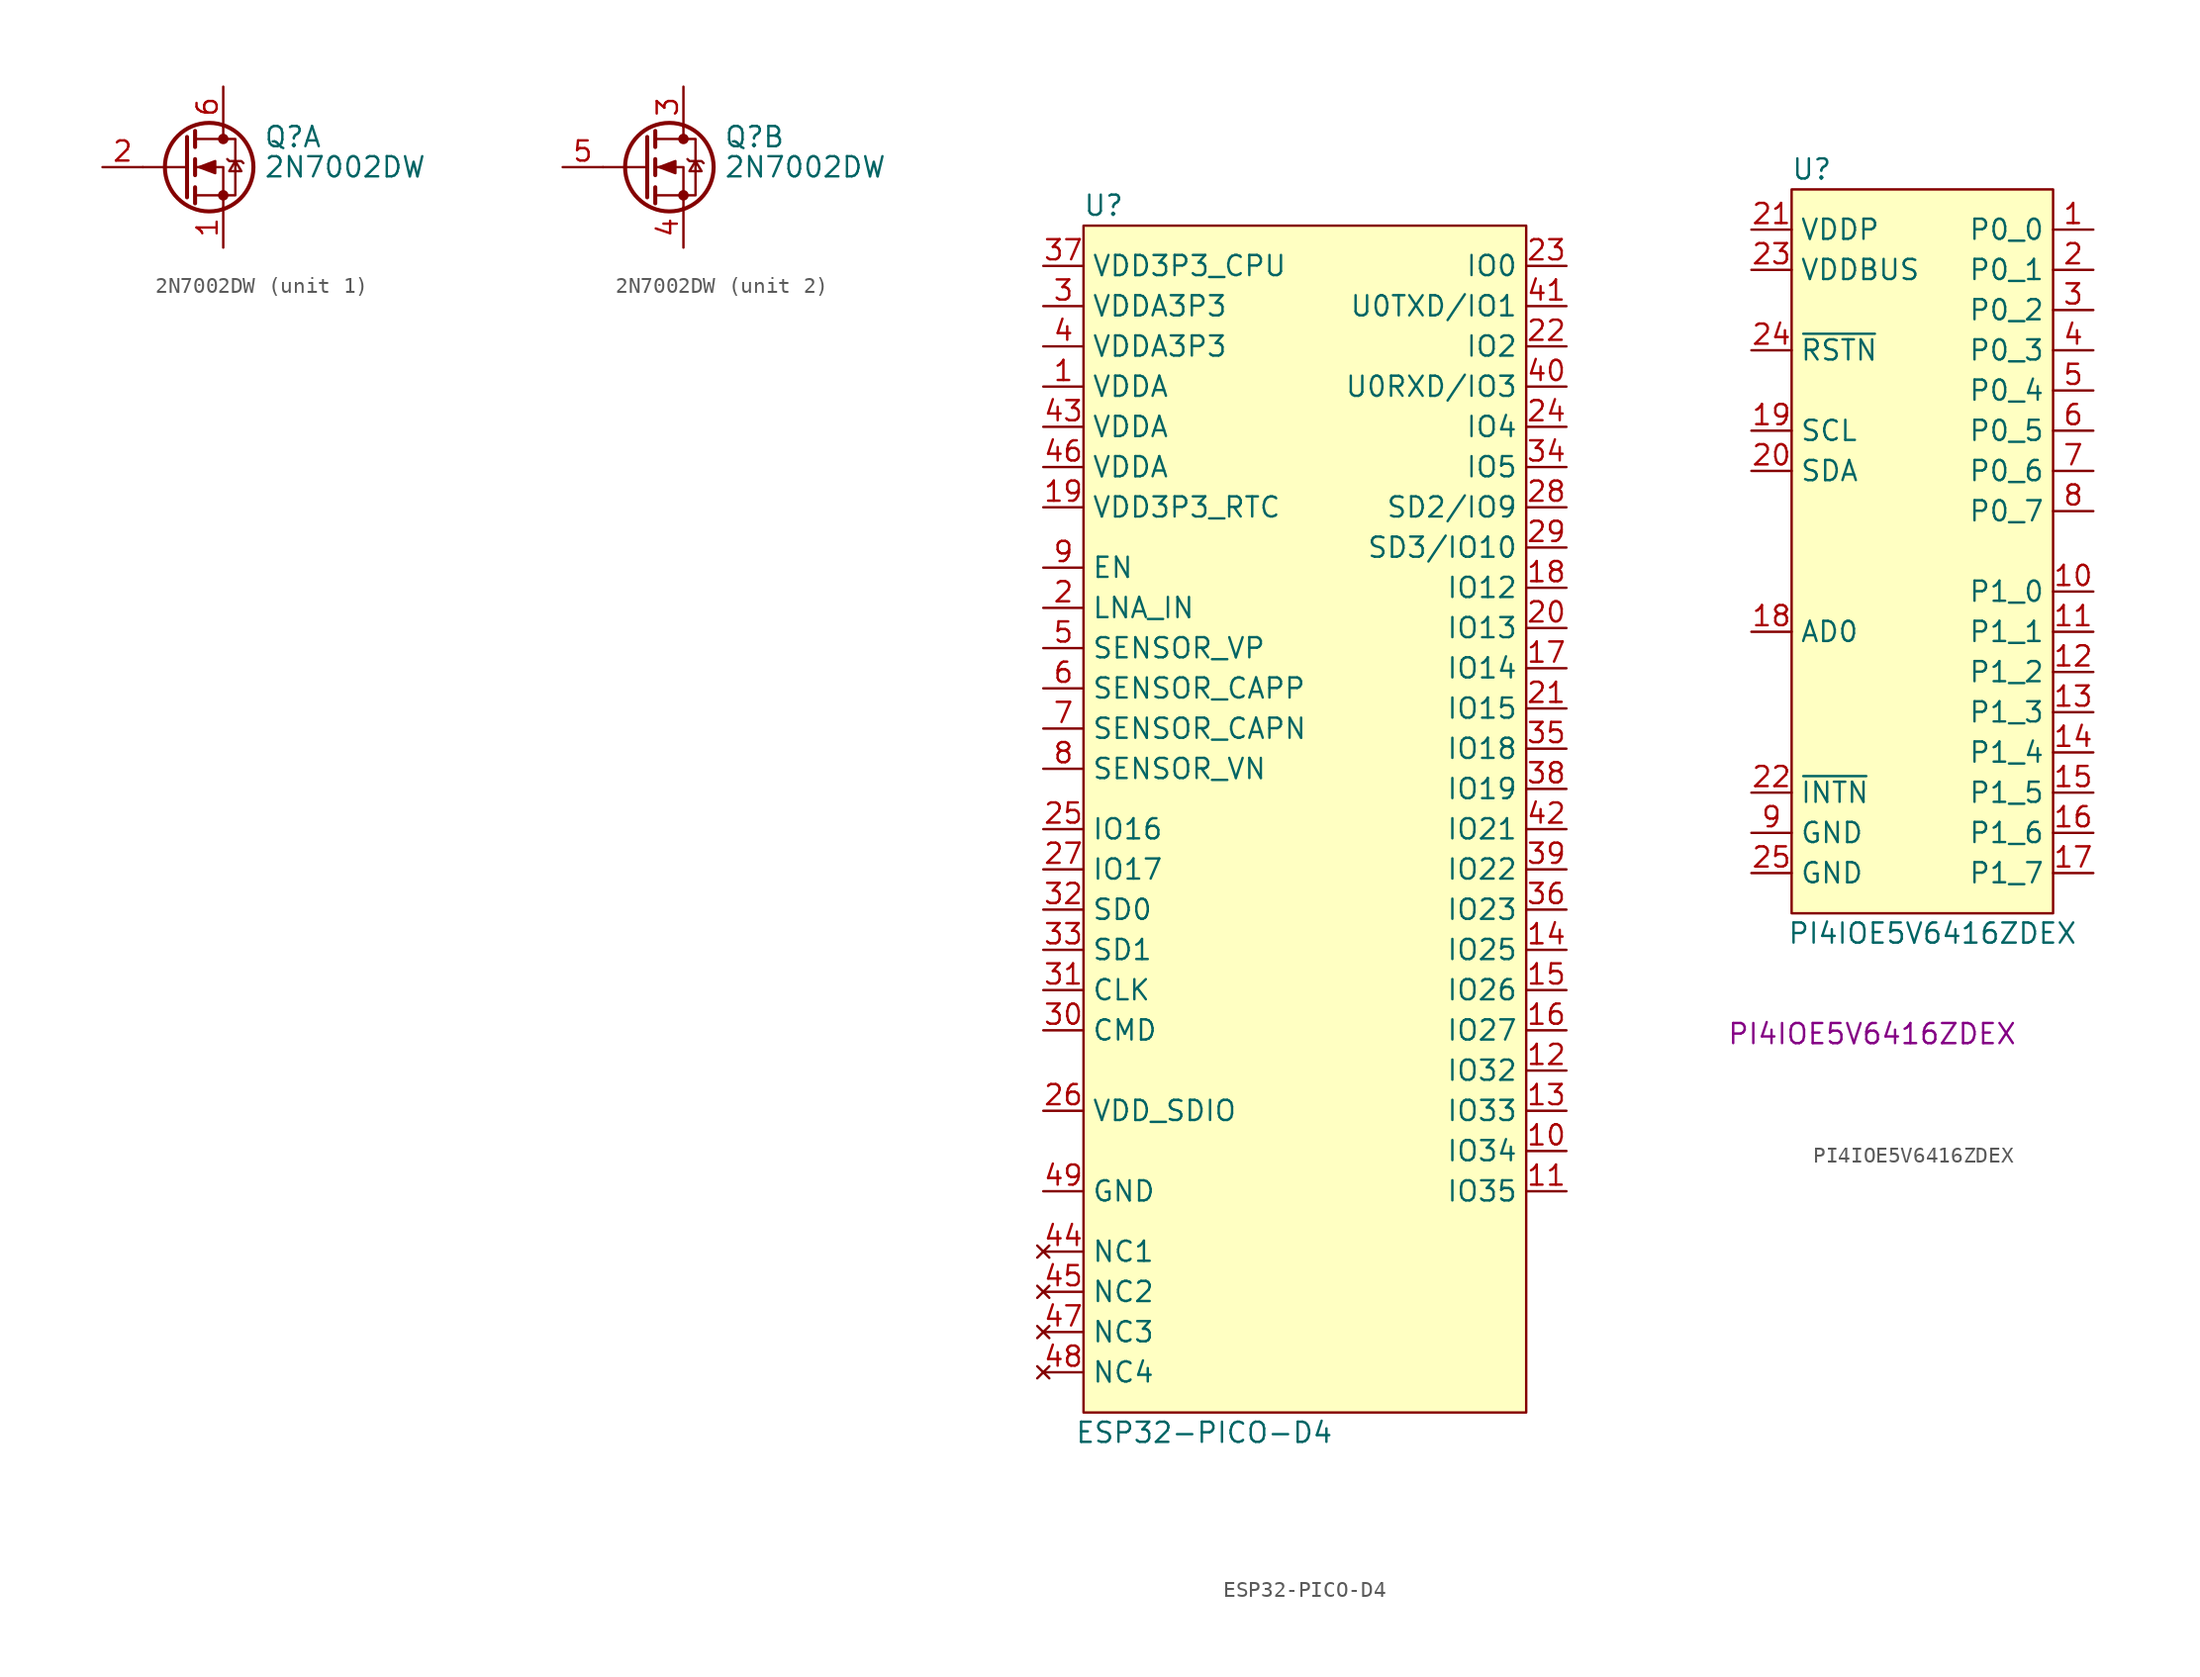
<source format=kicad_sym>
(kicad_symbol_lib
  (version 20211014)
  (generator kicad_symbol_editor)
  (symbol "2N7002DW"
    (pin_names hide)
    (property "Reference" "Q"
      (at 5.08 1.905 0)
      (effects (font (size 1.27 1.27)) (justify left)))
    (property "Value" "2N7002DW"
      (at 5.08 0 0)
      (effects (font (size 1.27 1.27)) (justify left)))
    (symbol "2N7002DW_0_1"
      (polyline (pts (xy 0.254 0) (xy -2.54 0)) (stroke (width 0) (type default) (color 0 0 0 0)) (fill (type none)))
      (polyline (pts (xy 0.254 1.905) (xy 0.254 -1.905)) (stroke (width 0.254) (type default) (color 0 0 0 0)) (fill (type none)))
      (polyline (pts (xy 0.762 -1.27) (xy 0.762 -2.286)) (stroke (width 0.254) (type default) (color 0 0 0 0)) (fill (type none)))
      (polyline (pts (xy 0.762 0.508) (xy 0.762 -0.508)) (stroke (width 0.254) (type default) (color 0 0 0 0)) (fill (type none)))
      (polyline (pts (xy 0.762 2.286) (xy 0.762 1.27)) (stroke (width 0.254) (type default) (color 0 0 0 0)) (fill (type none)))
      (polyline (pts (xy 2.54 2.54) (xy 2.54 1.778)) (stroke (width 0) (type default) (color 0 0 0 0)) (fill (type none)))
      (polyline (pts (xy 2.54 -2.54) (xy 2.54 0) (xy 0.762 0)) (stroke (width 0) (type default) (color 0 0 0 0)) (fill (type none)))
      (polyline (pts (xy 0.762 -1.778) (xy 3.302 -1.778) (xy 3.302 1.778) (xy 0.762 1.778)) (stroke (width 0) (type default) (color 0 0 0 0)) (fill (type none)))
      (polyline (pts (xy 1.016 0) (xy 2.032 0.381) (xy 2.032 -0.381) (xy 1.016 0)) (stroke (width 0) (type default) (color 0 0 0 0)) (fill (type outline)))
      (polyline (pts (xy 2.794 0.508) (xy 2.921 0.381) (xy 3.683 0.381) (xy 3.81 0.254)) (stroke (width 0) (type default) (color 0 0 0 0)) (fill (type none)))
      (polyline (pts (xy 3.302 0.381) (xy 2.921 -0.254) (xy 3.683 -0.254) (xy 3.302 0.381)) (stroke (width 0) (type default) (color 0 0 0 0)) (fill (type none)))
      (circle (center 1.651 0) (radius 2.794) (stroke (width 0.254) (type default) (color 0 0 0 0)) (fill (type none)))
      (circle (center 2.54 -1.778) (radius 0.254) (stroke (width 0) (type default) (color 0 0 0 0)) (fill (type outline)))
      (circle (center 2.54 1.778) (radius 0.254) (stroke (width 0) (type default) (color 0 0 0 0)) (fill (type outline))))
    (symbol "2N7002DW_1_1"
      (pin passive line (at 2.54 -5.08 90) (length 2.54) (name "S" (effects (font (size 1.27 1.27)))) (number "1" (effects (font (size 1.27 1.27)))))
      (pin passive line (at -5.08 0 0) (length 2.54) (name "G" (effects (font (size 1.27 1.27)))) (number "2" (effects (font (size 1.27 1.27)))))
      (pin passive line (at 2.54 5.08 270) (length 2.54) (name "D" (effects (font (size 1.27 1.27)))) (number "6" (effects (font (size 1.27 1.27))))))
    (symbol "2N7002DW_2_1"
      (pin passive line (at 2.54 5.08 270) (length 2.54) (name "D" (effects (font (size 1.27 1.27)))) (number "3" (effects (font (size 1.27 1.27)))))
      (pin passive line (at 2.54 -5.08 90) (length 2.54) (name "S" (effects (font (size 1.27 1.27)))) (number "4" (effects (font (size 1.27 1.27)))))
      (pin passive line (at -5.08 0 0) (length 2.54) (name "G" (effects (font (size 1.27 1.27)))) (number "5" (effects (font (size 1.27 1.27)))))))
  (symbol "ESP32-PICO-D4"
    (property "Reference" "U"
      (at 1.27 34.29 0)
      (effects (font (size 1.27 1.27))))
    (property "Value" "ESP32-PICO-D4"
      (at 7.62 -43.18 0)
      (effects (font (size 1.27 1.27))))
    (symbol "ESP32-PICO-D4_0_1"
      (rectangle (start 0 33.02) (end 27.94 -41.91) (stroke (width 0) (type default) (color 0 0 0 0)) (fill (type background))))
    (symbol "ESP32-PICO-D4_1_1"
      (pin power_in line (at -2.54 22.86 0) (length 2.54) (name "VDDA" (effects (font (size 1.27 1.27)))) (number "1" (effects (font (size 1.27 1.27)))))
      (pin passive line (at 30.48 -25.4 180) (length 2.54) (name "IO34" (effects (font (size 1.27 1.27)))) (number "10" (effects (font (size 1.27 1.27)))))
      (pin passive line (at 30.48 -27.94 180) (length 2.54) (name "IO35" (effects (font (size 1.27 1.27)))) (number "11" (effects (font (size 1.27 1.27)))))
      (pin passive line (at 30.48 -20.32 180) (length 2.54) (name "IO32" (effects (font (size 1.27 1.27)))) (number "12" (effects (font (size 1.27 1.27)))))
      (pin passive line (at 30.48 -22.86 180) (length 2.54) (name "IO33" (effects (font (size 1.27 1.27)))) (number "13" (effects (font (size 1.27 1.27)))))
      (pin passive line (at 30.48 -12.7 180) (length 2.54) (name "IO25" (effects (font (size 1.27 1.27)))) (number "14" (effects (font (size 1.27 1.27)))))
      (pin passive line (at 30.48 -15.24 180) (length 2.54) (name "IO26" (effects (font (size 1.27 1.27)))) (number "15" (effects (font (size 1.27 1.27)))))
      (pin passive line (at 30.48 -17.78 180) (length 2.54) (name "IO27" (effects (font (size 1.27 1.27)))) (number "16" (effects (font (size 1.27 1.27)))))
      (pin passive line (at 30.48 5.08 180) (length 2.54) (name "IO14" (effects (font (size 1.27 1.27)))) (number "17" (effects (font (size 1.27 1.27)))))
      (pin passive line (at 30.48 10.16 180) (length 2.54) (name "IO12" (effects (font (size 1.27 1.27)))) (number "18" (effects (font (size 1.27 1.27)))))
      (pin power_in line (at -2.54 15.24 0) (length 2.54) (name "VDD3P3_RTC" (effects (font (size 1.27 1.27)))) (number "19" (effects (font (size 1.27 1.27)))))
      (pin input line (at -2.54 8.89 0) (length 2.54) (name "LNA_IN" (effects (font (size 1.27 1.27)))) (number "2" (effects (font (size 1.27 1.27)))))
      (pin passive line (at 30.48 7.62 180) (length 2.54) (name "IO13" (effects (font (size 1.27 1.27)))) (number "20" (effects (font (size 1.27 1.27)))))
      (pin passive line (at 30.48 2.54 180) (length 2.54) (name "IO15" (effects (font (size 1.27 1.27)))) (number "21" (effects (font (size 1.27 1.27)))))
      (pin passive line (at 30.48 25.4 180) (length 2.54) (name "IO2" (effects (font (size 1.27 1.27)))) (number "22" (effects (font (size 1.27 1.27)))))
      (pin passive line (at 30.48 30.48 180) (length 2.54) (name "IO0" (effects (font (size 1.27 1.27)))) (number "23" (effects (font (size 1.27 1.27)))))
      (pin passive line (at 30.48 20.32 180) (length 2.54) (name "IO4" (effects (font (size 1.27 1.27)))) (number "24" (effects (font (size 1.27 1.27)))))
      (pin passive line (at -2.54 -5.08 0) (length 2.54) (name "IO16" (effects (font (size 1.27 1.27)))) (number "25" (effects (font (size 1.27 1.27)))))
      (pin power_in line (at -2.54 -22.86 0) (length 2.54) (name "VDD_SDIO" (effects (font (size 1.27 1.27)))) (number "26" (effects (font (size 1.27 1.27)))))
      (pin passive line (at -2.54 -7.62 0) (length 2.54) (name "IO17" (effects (font (size 1.27 1.27)))) (number "27" (effects (font (size 1.27 1.27)))))
      (pin passive line (at 30.48 15.24 180) (length 2.54) (name "SD2/IO9" (effects (font (size 1.27 1.27)))) (number "28" (effects (font (size 1.27 1.27)))))
      (pin passive line (at 30.48 12.7 180) (length 2.54) (name "SD3/IO10" (effects (font (size 1.27 1.27)))) (number "29" (effects (font (size 1.27 1.27)))))
      (pin power_in line (at -2.54 27.94 0) (length 2.54) (name "VDDA3P3" (effects (font (size 1.27 1.27)))) (number "3" (effects (font (size 1.27 1.27)))))
      (pin passive line (at -2.54 -17.78 0) (length 2.54) (name "CMD" (effects (font (size 1.27 1.27)))) (number "30" (effects (font (size 1.27 1.27)))))
      (pin passive line (at -2.54 -15.24 0) (length 2.54) (name "CLK" (effects (font (size 1.27 1.27)))) (number "31" (effects (font (size 1.27 1.27)))))
      (pin passive line (at -2.54 -10.16 0) (length 2.54) (name "SD0" (effects (font (size 1.27 1.27)))) (number "32" (effects (font (size 1.27 1.27)))))
      (pin passive line (at -2.54 -12.7 0) (length 2.54) (name "SD1" (effects (font (size 1.27 1.27)))) (number "33" (effects (font (size 1.27 1.27)))))
      (pin passive line (at 30.48 17.78 180) (length 2.54) (name "IO5" (effects (font (size 1.27 1.27)))) (number "34" (effects (font (size 1.27 1.27)))))
      (pin passive line (at 30.48 0 180) (length 2.54) (name "IO18" (effects (font (size 1.27 1.27)))) (number "35" (effects (font (size 1.27 1.27)))))
      (pin passive line (at 30.48 -10.16 180) (length 2.54) (name "IO23" (effects (font (size 1.27 1.27)))) (number "36" (effects (font (size 1.27 1.27)))))
      (pin power_in line (at -2.54 30.48 0) (length 2.54) (name "VDD3P3_CPU" (effects (font (size 1.27 1.27)))) (number "37" (effects (font (size 1.27 1.27)))))
      (pin passive line (at 30.48 -2.54 180) (length 2.54) (name "IO19" (effects (font (size 1.27 1.27)))) (number "38" (effects (font (size 1.27 1.27)))))
      (pin passive line (at 30.48 -7.62 180) (length 2.54) (name "IO22" (effects (font (size 1.27 1.27)))) (number "39" (effects (font (size 1.27 1.27)))))
      (pin power_in line (at -2.54 25.4 0) (length 2.54) (name "VDDA3P3" (effects (font (size 1.27 1.27)))) (number "4" (effects (font (size 1.27 1.27)))))
      (pin passive line (at 30.48 22.86 180) (length 2.54) (name "U0RXD/IO3" (effects (font (size 1.27 1.27)))) (number "40" (effects (font (size 1.27 1.27)))))
      (pin passive line (at 30.48 27.94 180) (length 2.54) (name "U0TXD/IO1" (effects (font (size 1.27 1.27)))) (number "41" (effects (font (size 1.27 1.27)))))
      (pin passive line (at 30.48 -5.08 180) (length 2.54) (name "IO21" (effects (font (size 1.27 1.27)))) (number "42" (effects (font (size 1.27 1.27)))))
      (pin power_in line (at -2.54 20.32 0) (length 2.54) (name "VDDA" (effects (font (size 1.27 1.27)))) (number "43" (effects (font (size 1.27 1.27)))))
      (pin no_connect line (at -2.54 -31.75 0) (length 2.54) (name "NC1" (effects (font (size 1.27 1.27)))) (number "44" (effects (font (size 1.27 1.27)))))
      (pin no_connect line (at -2.54 -34.29 0) (length 2.54) (name "NC2" (effects (font (size 1.27 1.27)))) (number "45" (effects (font (size 1.27 1.27)))))
      (pin power_in line (at -2.54 17.78 0) (length 2.54) (name "VDDA" (effects (font (size 1.27 1.27)))) (number "46" (effects (font (size 1.27 1.27)))))
      (pin no_connect line (at -2.54 -36.83 0) (length 2.54) (name "NC3" (effects (font (size 1.27 1.27)))) (number "47" (effects (font (size 1.27 1.27)))))
      (pin no_connect line (at -2.54 -39.37 0) (length 2.54) (name "NC4" (effects (font (size 1.27 1.27)))) (number "48" (effects (font (size 1.27 1.27)))))
      (pin power_in line (at -2.54 -27.94 0) (length 2.54) (name "GND" (effects (font (size 1.27 1.27)))) (number "49" (effects (font (size 1.27 1.27)))))
      (pin passive line (at -2.54 6.35 0) (length 2.54) (name "SENSOR_VP" (effects (font (size 1.27 1.27)))) (number "5" (effects (font (size 1.27 1.27)))))
      (pin passive line (at -2.54 3.81 0) (length 2.54) (name "SENSOR_CAPP" (effects (font (size 1.27 1.27)))) (number "6" (effects (font (size 1.27 1.27)))))
      (pin passive line (at -2.54 1.27 0) (length 2.54) (name "SENSOR_CAPN" (effects (font (size 1.27 1.27)))) (number "7" (effects (font (size 1.27 1.27)))))
      (pin passive line (at -2.54 -1.27 0) (length 2.54) (name "SENSOR_VN" (effects (font (size 1.27 1.27)))) (number "8" (effects (font (size 1.27 1.27)))))
      (pin passive line (at -2.54 11.43 0) (length 2.54) (name "EN" (effects (font (size 1.27 1.27)))) (number "9" (effects (font (size 1.27 1.27)))))))
  (symbol "PI4IOE5V6416ZDEX"
    (property "Reference" "U"
      (at -3.81 54.61 0)
      (effects (font (size 1.27 1.27))))
    (property "Value" "PI4IOE5V6416ZDEX"
      (at 3.81 6.35 0)
      (effects (font (size 1.27 1.27))))
    (property "manf#" "PI4IOE5V6416ZDEX"
      (at 0 0 0)
      (effects (font (size 1.27 1.27))))
    (symbol "PI4IOE5V6416ZDEX_0_1"
      (rectangle (start -5.08 7.62) (end 11.43 53.34) (stroke (width 0) (type default) (color 0 0 0 0)) (fill (type background))))
    (symbol "PI4IOE5V6416ZDEX_1_1"
      (pin passive line (at 13.97 50.8 180) (length 2.54) (name "P0_0" (effects (font (size 1.27 1.27)))) (number "1" (effects (font (size 1.27 1.27)))))
      (pin passive line (at 13.97 27.94 180) (length 2.54) (name "P1_0" (effects (font (size 1.27 1.27)))) (number "10" (effects (font (size 1.27 1.27)))))
      (pin passive line (at 13.97 25.4 180) (length 2.54) (name "P1_1" (effects (font (size 1.27 1.27)))) (number "11" (effects (font (size 1.27 1.27)))))
      (pin passive line (at 13.97 22.86 180) (length 2.54) (name "P1_2" (effects (font (size 1.27 1.27)))) (number "12" (effects (font (size 1.27 1.27)))))
      (pin passive line (at 13.97 20.32 180) (length 2.54) (name "P1_3" (effects (font (size 1.27 1.27)))) (number "13" (effects (font (size 1.27 1.27)))))
      (pin passive line (at 13.97 17.78 180) (length 2.54) (name "P1_4" (effects (font (size 1.27 1.27)))) (number "14" (effects (font (size 1.27 1.27)))))
      (pin passive line (at 13.97 15.24 180) (length 2.54) (name "P1_5" (effects (font (size 1.27 1.27)))) (number "15" (effects (font (size 1.27 1.27)))))
      (pin passive line (at 13.97 12.7 180) (length 2.54) (name "P1_6" (effects (font (size 1.27 1.27)))) (number "16" (effects (font (size 1.27 1.27)))))
      (pin passive line (at 13.97 10.16 180) (length 2.54) (name "P1_7" (effects (font (size 1.27 1.27)))) (number "17" (effects (font (size 1.27 1.27)))))
      (pin input line (at -7.62 25.4 0) (length 2.54) (name "AD0" (effects (font (size 1.27 1.27)))) (number "18" (effects (font (size 1.27 1.27)))))
      (pin input line (at -7.62 38.1 0) (length 2.54) (name "SCL" (effects (font (size 1.27 1.27)))) (number "19" (effects (font (size 1.27 1.27)))))
      (pin passive line (at 13.97 48.26 180) (length 2.54) (name "P0_1" (effects (font (size 1.27 1.27)))) (number "2" (effects (font (size 1.27 1.27)))))
      (pin bidirectional line (at -7.62 35.56 0) (length 2.54) (name "SDA" (effects (font (size 1.27 1.27)))) (number "20" (effects (font (size 1.27 1.27)))))
      (pin power_in line (at -7.62 50.8 0) (length 2.54) (name "VDDP" (effects (font (size 1.27 1.27)))) (number "21" (effects (font (size 1.27 1.27)))))
      (pin output line (at -7.62 15.24 0) (length 2.54) (name "~{INTN}" (effects (font (size 1.27 1.27)))) (number "22" (effects (font (size 1.27 1.27)))))
      (pin power_in line (at -7.62 48.26 0) (length 2.54) (name "VDDBUS" (effects (font (size 1.27 1.27)))) (number "23" (effects (font (size 1.27 1.27)))))
      (pin input line (at -7.62 43.18 0) (length 2.54) (name "~{RSTN}" (effects (font (size 1.27 1.27)))) (number "24" (effects (font (size 1.27 1.27)))))
      (pin power_in line (at -7.62 10.16 0) (length 2.54) (name "GND" (effects (font (size 1.27 1.27)))) (number "25" (effects (font (size 1.27 1.27)))))
      (pin passive line (at 13.97 45.72 180) (length 2.54) (name "P0_2" (effects (font (size 1.27 1.27)))) (number "3" (effects (font (size 1.27 1.27)))))
      (pin passive line (at 13.97 43.18 180) (length 2.54) (name "P0_3" (effects (font (size 1.27 1.27)))) (number "4" (effects (font (size 1.27 1.27)))))
      (pin passive line (at 13.97 40.64 180) (length 2.54) (name "P0_4" (effects (font (size 1.27 1.27)))) (number "5" (effects (font (size 1.27 1.27)))))
      (pin passive line (at 13.97 38.1 180) (length 2.54) (name "P0_5" (effects (font (size 1.27 1.27)))) (number "6" (effects (font (size 1.27 1.27)))))
      (pin passive line (at 13.97 35.56 180) (length 2.54) (name "P0_6" (effects (font (size 1.27 1.27)))) (number "7" (effects (font (size 1.27 1.27)))))
      (pin passive line (at 13.97 33.02 180) (length 2.54) (name "P0_7" (effects (font (size 1.27 1.27)))) (number "8" (effects (font (size 1.27 1.27)))))
      (pin power_in line (at -7.62 12.7 0) (length 2.54) (name "GND" (effects (font (size 1.27 1.27)))) (number "9" (effects (font (size 1.27 1.27))))))))
</source>
